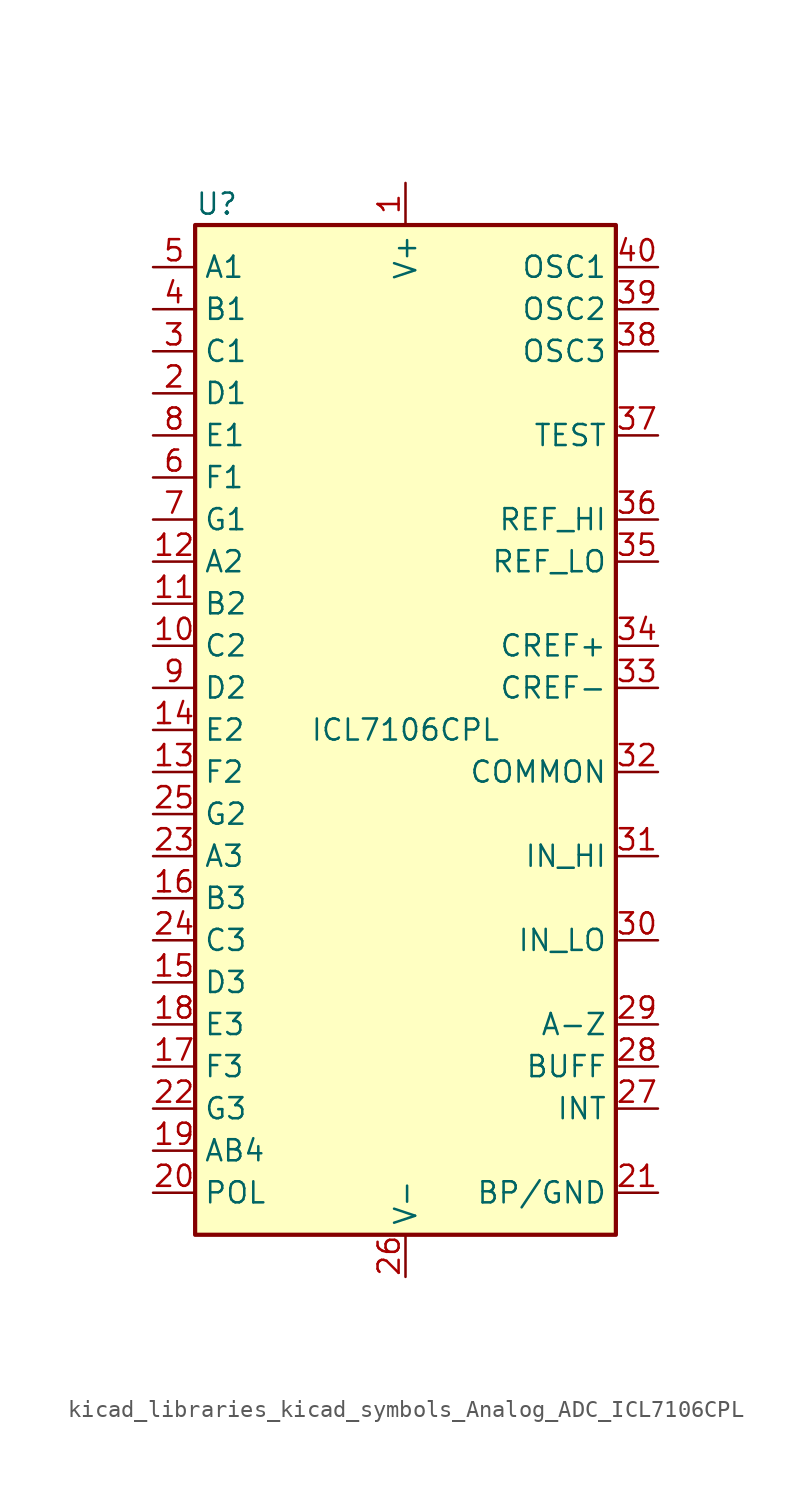
<source format=kicad_sym>
(kicad_symbol_lib
  (version 20220914)
  (generator kicad_symbol_editor)
  (symbol "kicad_libraries_kicad_symbols_Analog_ADC_ICL7106CPL"
    (property "Reference" "U"
      (at -12.7 31.75 0)
      (effects (font (size 1.27 1.27)) (justify left)))
    (property "Value" "ICL7106CPL"
      (at 0 0 0)
      (effects (font (size 1.27 1.27))))
    (symbol "kicad_libraries_kicad_symbols_Analog_ADC_ICL7106CPL_0_1"
      (rectangle (start -12.7 30.48) (end 12.7 -30.48) (stroke (width 0.254) (type default)) (fill (type background))))
    (symbol "kicad_libraries_kicad_symbols_Analog_ADC_ICL7106CPL_1_1"
      (pin power_in line (at 0 33.02 270) (length 2.54) (name "V+" (effects (font (size 1.27 1.27)))) (number "1" (effects (font (size 1.27 1.27)))))
      (pin output line (at -15.24 5.08 0) (length 2.54) (name "C2" (effects (font (size 1.27 1.27)))) (number "10" (effects (font (size 1.27 1.27)))))
      (pin output line (at -15.24 7.62 0) (length 2.54) (name "B2" (effects (font (size 1.27 1.27)))) (number "11" (effects (font (size 1.27 1.27)))))
      (pin output line (at -15.24 10.16 0) (length 2.54) (name "A2" (effects (font (size 1.27 1.27)))) (number "12" (effects (font (size 1.27 1.27)))))
      (pin output line (at -15.24 -2.54 0) (length 2.54) (name "F2" (effects (font (size 1.27 1.27)))) (number "13" (effects (font (size 1.27 1.27)))))
      (pin output line (at -15.24 0 0) (length 2.54) (name "E2" (effects (font (size 1.27 1.27)))) (number "14" (effects (font (size 1.27 1.27)))))
      (pin output line (at -15.24 -15.24 0) (length 2.54) (name "D3" (effects (font (size 1.27 1.27)))) (number "15" (effects (font (size 1.27 1.27)))))
      (pin output line (at -15.24 -10.16 0) (length 2.54) (name "B3" (effects (font (size 1.27 1.27)))) (number "16" (effects (font (size 1.27 1.27)))))
      (pin output line (at -15.24 -20.32 0) (length 2.54) (name "F3" (effects (font (size 1.27 1.27)))) (number "17" (effects (font (size 1.27 1.27)))))
      (pin output line (at -15.24 -17.78 0) (length 2.54) (name "E3" (effects (font (size 1.27 1.27)))) (number "18" (effects (font (size 1.27 1.27)))))
      (pin output line (at -15.24 -25.4 0) (length 2.54) (name "AB4" (effects (font (size 1.27 1.27)))) (number "19" (effects (font (size 1.27 1.27)))))
      (pin output line (at -15.24 20.32 0) (length 2.54) (name "D1" (effects (font (size 1.27 1.27)))) (number "2" (effects (font (size 1.27 1.27)))))
      (pin output line (at -15.24 -27.94 0) (length 2.54) (name "POL" (effects (font (size 1.27 1.27)))) (number "20" (effects (font (size 1.27 1.27)))))
      (pin bidirectional line (at 15.24 -27.94 180) (length 2.54) (name "BP/GND" (effects (font (size 1.27 1.27)))) (number "21" (effects (font (size 1.27 1.27)))))
      (pin output line (at -15.24 -22.86 0) (length 2.54) (name "G3" (effects (font (size 1.27 1.27)))) (number "22" (effects (font (size 1.27 1.27)))))
      (pin output line (at -15.24 -7.62 0) (length 2.54) (name "A3" (effects (font (size 1.27 1.27)))) (number "23" (effects (font (size 1.27 1.27)))))
      (pin output line (at -15.24 -12.7 0) (length 2.54) (name "C3" (effects (font (size 1.27 1.27)))) (number "24" (effects (font (size 1.27 1.27)))))
      (pin output line (at -15.24 -5.08 0) (length 2.54) (name "G2" (effects (font (size 1.27 1.27)))) (number "25" (effects (font (size 1.27 1.27)))))
      (pin power_in line (at 0 -33.02 90) (length 2.54) (name "V-" (effects (font (size 1.27 1.27)))) (number "26" (effects (font (size 1.27 1.27)))))
      (pin passive line (at 15.24 -22.86 180) (length 2.54) (name "INT" (effects (font (size 1.27 1.27)))) (number "27" (effects (font (size 1.27 1.27)))))
      (pin output line (at 15.24 -20.32 180) (length 2.54) (name "BUFF" (effects (font (size 1.27 1.27)))) (number "28" (effects (font (size 1.27 1.27)))))
      (pin passive line (at 15.24 -17.78 180) (length 2.54) (name "A-Z" (effects (font (size 1.27 1.27)))) (number "29" (effects (font (size 1.27 1.27)))))
      (pin output line (at -15.24 22.86 0) (length 2.54) (name "C1" (effects (font (size 1.27 1.27)))) (number "3" (effects (font (size 1.27 1.27)))))
      (pin input line (at 15.24 -12.7 180) (length 2.54) (name "IN_LO" (effects (font (size 1.27 1.27)))) (number "30" (effects (font (size 1.27 1.27)))))
      (pin input line (at 15.24 -7.62 180) (length 2.54) (name "IN_HI" (effects (font (size 1.27 1.27)))) (number "31" (effects (font (size 1.27 1.27)))))
      (pin output line (at 15.24 -2.54 180) (length 2.54) (name "COMMON" (effects (font (size 1.27 1.27)))) (number "32" (effects (font (size 1.27 1.27)))))
      (pin passive line (at 15.24 2.54 180) (length 2.54) (name "CREF-" (effects (font (size 1.27 1.27)))) (number "33" (effects (font (size 1.27 1.27)))))
      (pin passive line (at 15.24 5.08 180) (length 2.54) (name "CREF+" (effects (font (size 1.27 1.27)))) (number "34" (effects (font (size 1.27 1.27)))))
      (pin passive line (at 15.24 10.16 180) (length 2.54) (name "REF_LO" (effects (font (size 1.27 1.27)))) (number "35" (effects (font (size 1.27 1.27)))))
      (pin passive line (at 15.24 12.7 180) (length 2.54) (name "REF_HI" (effects (font (size 1.27 1.27)))) (number "36" (effects (font (size 1.27 1.27)))))
      (pin passive line (at 15.24 17.78 180) (length 2.54) (name "TEST" (effects (font (size 1.27 1.27)))) (number "37" (effects (font (size 1.27 1.27)))))
      (pin passive line (at 15.24 22.86 180) (length 2.54) (name "OSC3" (effects (font (size 1.27 1.27)))) (number "38" (effects (font (size 1.27 1.27)))))
      (pin passive line (at 15.24 25.4 180) (length 2.54) (name "OSC2" (effects (font (size 1.27 1.27)))) (number "39" (effects (font (size 1.27 1.27)))))
      (pin output line (at -15.24 25.4 0) (length 2.54) (name "B1" (effects (font (size 1.27 1.27)))) (number "4" (effects (font (size 1.27 1.27)))))
      (pin passive line (at 15.24 27.94 180) (length 2.54) (name "OSC1" (effects (font (size 1.27 1.27)))) (number "40" (effects (font (size 1.27 1.27)))))
      (pin output line (at -15.24 27.94 0) (length 2.54) (name "A1" (effects (font (size 1.27 1.27)))) (number "5" (effects (font (size 1.27 1.27)))))
      (pin output line (at -15.24 15.24 0) (length 2.54) (name "F1" (effects (font (size 1.27 1.27)))) (number "6" (effects (font (size 1.27 1.27)))))
      (pin output line (at -15.24 12.7 0) (length 2.54) (name "G1" (effects (font (size 1.27 1.27)))) (number "7" (effects (font (size 1.27 1.27)))))
      (pin output line (at -15.24 17.78 0) (length 2.54) (name "E1" (effects (font (size 1.27 1.27)))) (number "8" (effects (font (size 1.27 1.27)))))
      (pin output line (at -15.24 2.54 0) (length 2.54) (name "D2" (effects (font (size 1.27 1.27)))) (number "9" (effects (font (size 1.27 1.27))))))))
</source>
